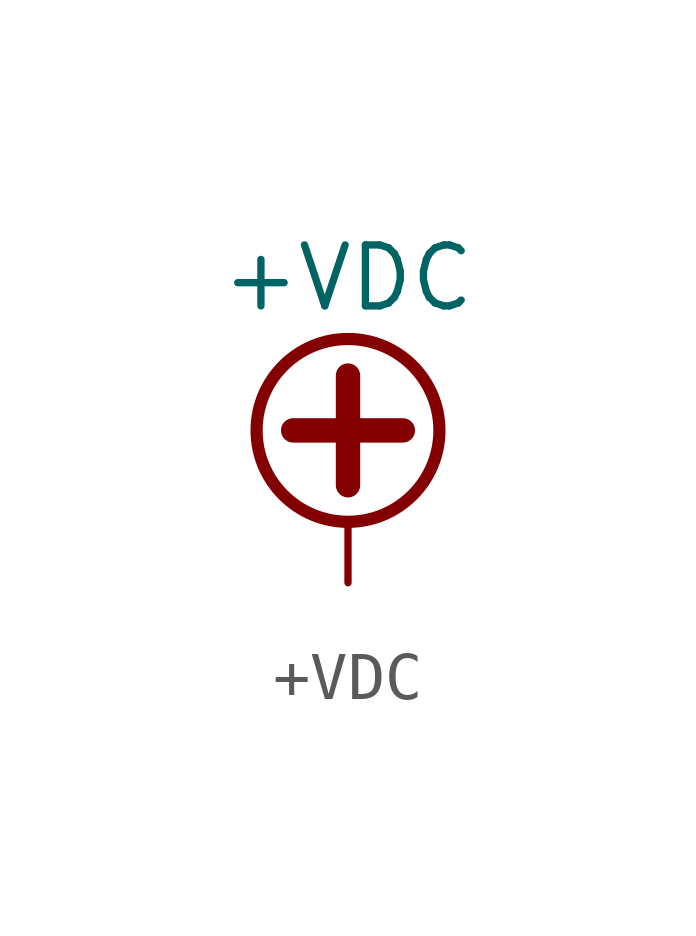
<source format=kicad_sym>
(kicad_symbol_lib
  (version 20201005)
  (generator kicad_symbol_editor)
  (symbol "+VDC"
    (power)
    (pin_names
      (offset 0))
    (property "Reference" "#PWR"
      (at 0 -2.54 0)
      (effects (font (size 1.27 1.27)) hide))
    (property "Value" "+VDC"
      (at 0 6.35 0)
      (effects (font (size 1.27 1.27))))
    (symbol "+VDC_0_1"
      (circle (center 0 3.175) (radius 1.905) (stroke (width 0.254)) (fill (type none)))
      (polyline (pts (xy -1.143 3.175) (xy 1.143 3.175)) (stroke (width 0.508)) (fill (type none)))
      (polyline (pts (xy 0 0) (xy 0 1.27)) (stroke (width 0)) (fill (type none)))
      (polyline (pts (xy 0 2.032) (xy 0 4.318)) (stroke (width 0.508)) (fill (type none))))
    (symbol "+VDC_1_1"
      (pin power_in line (at 0 0 90) (length 0) hide (name "+VDC" (effects (font (size 1.27 1.27)))) (number "1" (effects (font (size 1.27 1.27))))))))
</source>
